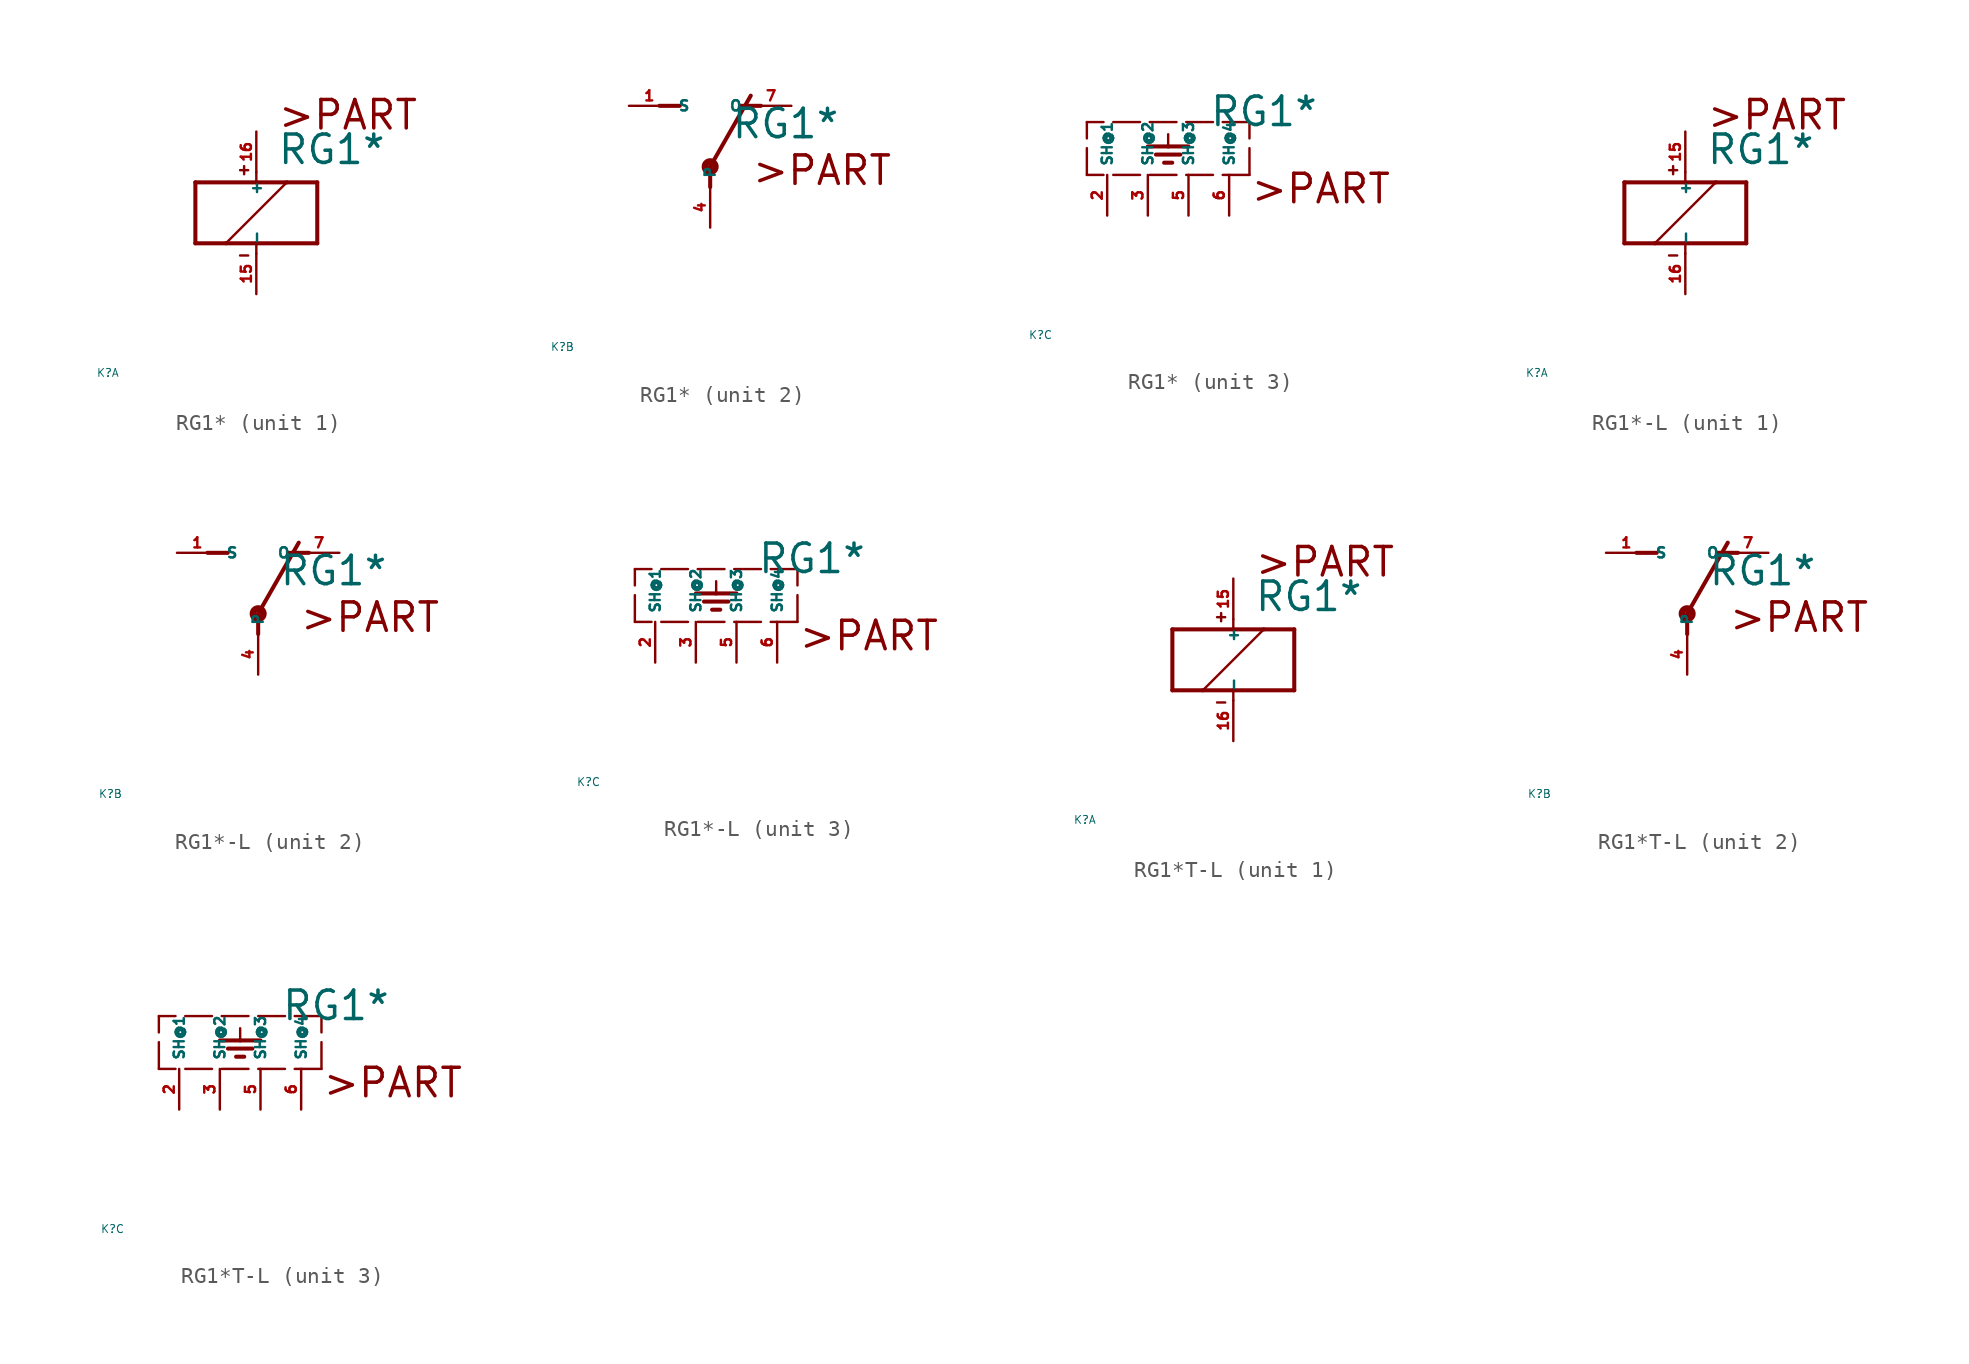
<source format=kicad_sym>
(kicad_symbol_lib
  (version 20220914)
  (generator Eagle2Kicad)
  (symbol "RG1*"
    (property "Reference" "K"
      (at -10 -10 0)
      (effects (font (size 0.5 0.5) (thickness 0.06)) (justify left)))
    (property "Value" "RG1*"
      (at 1.27 2.921 0)
      (effects (font (size 1.778 1.778) (thickness 0.22)) (justify left bottom)))
    (symbol "RG1*_1_0"
      (polyline (pts (xy -3.81 -1.905) (xy -1.905 -1.905)) (stroke (width 0.254) (type default)) (fill (type none)))
      (polyline (pts (xy 3.81 -1.905) (xy 3.81 1.905)) (stroke (width 0.254) (type default)) (fill (type none)))
      (polyline (pts (xy 3.81 1.905) (xy 1.905 1.905)) (stroke (width 0.254) (type default)) (fill (type none)))
      (polyline (pts (xy -3.81 1.905) (xy -3.81 -1.905)) (stroke (width 0.254) (type default)) (fill (type none)))
      (polyline (pts (xy 0 -2.54) (xy 0 -1.905)) (stroke (width 0.152) (type default)) (fill (type none)))
      (polyline (pts (xy 0 -1.905) (xy 3.81 -1.905)) (stroke (width 0.254) (type default)) (fill (type none)))
      (polyline (pts (xy 0 2.54) (xy 0 1.905)) (stroke (width 0.152) (type default)) (fill (type none)))
      (polyline (pts (xy 0 1.905) (xy -3.81 1.905)) (stroke (width 0.254) (type default)) (fill (type none)))
      (polyline (pts (xy -1.905 -1.905) (xy 1.905 1.905)) (stroke (width 0.152) (type default)) (fill (type none)))
      (polyline (pts (xy -1.905 -1.905) (xy 0 -1.905)) (stroke (width 0.254) (type default)) (fill (type none)))
      (polyline (pts (xy 1.905 1.905) (xy 0 1.905)) (stroke (width 0.254) (type default)) (fill (type none)))
      (polyline (pts (xy -1.016 2.667) (xy -0.508 2.667)) (stroke (width 0.152) (type default)) (fill (type none)))
      (polyline (pts (xy -0.762 2.921) (xy -0.762 2.413)) (stroke (width 0.152) (type default)) (fill (type none)))
      (polyline (pts (xy -1.016 -2.667) (xy -0.508 -2.667)) (stroke (width 0.152) (type default)) (fill (type none)))
      (text ">PART" (at 1.27 5.08 0) (effects (font (size 1.778 1.778) (thickness 0.22)) (justify left bottom)))
      (pin passive line (at 0 -5.08 90) (length 2.54) (name "-" (effects (font (size 0.635 0.635) (thickness 0.08)) (justify left bottom))) (number "15" (effects (font (size 0.635 0.635) (thickness 0.08)) (justify left bottom))))
      (pin passive line (at 0 5.08 270) (length 2.54) (name "+" (effects (font (size 0.635 0.635) (thickness 0.08)) (justify left bottom))) (number "16" (effects (font (size 0.635 0.635) (thickness 0.08)) (justify left bottom)))))
    (symbol "RG1*_2_0"
      (polyline (pts (xy 3.175 5.08) (xy 1.905 5.08)) (stroke (width 0.254) (type default)) (fill (type none)))
      (polyline (pts (xy -3.175 5.08) (xy -1.905 5.08)) (stroke (width 0.254) (type default)) (fill (type none)))
      (polyline (pts (xy 0 1.27) (xy 2.54 5.715)) (stroke (width 0.254) (type default)) (fill (type none)))
      (polyline (pts (xy 0 1.27) (xy 0 0)) (stroke (width 0.254) (type default)) (fill (type none)))
      (text ">PART" (at 2.54 0 0) (effects (font (size 1.778 1.778) (thickness 0.22)) (justify left bottom)))
      (circle (center 0 1.27) (radius 0.127) (stroke (width 0.406) (type default)) (fill (type none)))
      (pin passive line (at 5.08 5.08 180) (length 2.54) (name "O" (effects (font (size 0.635 0.635) (thickness 0.08)) (justify left bottom))) (number "7" (effects (font (size 0.635 0.635) (thickness 0.08)) (justify left bottom))))
      (pin passive line (at -5.08 5.08 0) (length 2.54) (name "S" (effects (font (size 0.635 0.635) (thickness 0.08)) (justify left bottom))) (number "1" (effects (font (size 0.635 0.635) (thickness 0.08)) (justify left bottom))))
      (pin passive line (at 0 -2.54 90) (length 2.54) (name "P" (effects (font (size 0.635 0.635) (thickness 0.08)) (justify left bottom))) (number "4" (effects (font (size 0.635 0.635) (thickness 0.08)) (justify left bottom)))))
    (symbol "RG1*_3_0"
      (polyline (pts (xy 3.81 0) (xy -6.35 0)) (stroke (width 0.152) (type dash)) (fill (type none)))
      (polyline (pts (xy -1.27 2.54) (xy -1.27 1.778)) (stroke (width 0.152) (type default)) (fill (type none)))
      (polyline (pts (xy -2.54 1.778) (xy -1.27 1.778)) (stroke (width 0.254) (type default)) (fill (type none)))
      (polyline (pts (xy -1.27 1.778) (xy 0 1.778)) (stroke (width 0.254) (type default)) (fill (type none)))
      (polyline (pts (xy -2.032 1.27) (xy -0.508 1.27)) (stroke (width 0.254) (type default)) (fill (type none)))
      (polyline (pts (xy -1.524 0.762) (xy -1.016 0.762)) (stroke (width 0.254) (type default)) (fill (type none)))
      (polyline (pts (xy 3.81 0) (xy 3.81 3.302)) (stroke (width 0.152) (type dash)) (fill (type none)))
      (polyline (pts (xy 3.81 3.302) (xy -6.35 3.302)) (stroke (width 0.152) (type dash)) (fill (type none)))
      (polyline (pts (xy -6.35 0) (xy -6.35 3.302)) (stroke (width 0.152) (type dash)) (fill (type none)))
      (text ">PART" (at 3.81 -1.905 0) (effects (font (size 1.778 1.778) (thickness 0.22)) (justify left bottom)))
      (pin passive line (at 0 -2.54 90) (length 2.54) (name "SH@3" (effects (font (size 0.635 0.635) (thickness 0.08)) (justify left bottom))) (number "5" (effects (font (size 0.635 0.635) (thickness 0.08)) (justify left bottom))))
      (pin passive line (at -5.08 -2.54 90) (length 2.54) (name "SH@1" (effects (font (size 0.635 0.635) (thickness 0.08)) (justify left bottom))) (number "2" (effects (font (size 0.635 0.635) (thickness 0.08)) (justify left bottom))))
      (pin passive line (at -2.54 -2.54 90) (length 2.54) (name "SH@2" (effects (font (size 0.635 0.635) (thickness 0.08)) (justify left bottom))) (number "3" (effects (font (size 0.635 0.635) (thickness 0.08)) (justify left bottom))))
      (pin passive line (at 2.54 -2.54 90) (length 2.54) (name "SH@4" (effects (font (size 0.635 0.635) (thickness 0.08)) (justify left bottom))) (number "6" (effects (font (size 0.635 0.635) (thickness 0.08)) (justify left bottom))))))
  (symbol "RG1*-L"
    (property "Reference" "K"
      (at -10 -10 0)
      (effects (font (size 0.5 0.5) (thickness 0.06)) (justify left)))
    (property "Value" "RG1*"
      (at 1.27 2.921 0)
      (effects (font (size 1.778 1.778) (thickness 0.22)) (justify left bottom)))
    (symbol "RG1*-L_1_0"
      (polyline (pts (xy -3.81 -1.905) (xy -1.905 -1.905)) (stroke (width 0.254) (type default)) (fill (type none)))
      (polyline (pts (xy 3.81 -1.905) (xy 3.81 1.905)) (stroke (width 0.254) (type default)) (fill (type none)))
      (polyline (pts (xy 3.81 1.905) (xy 1.905 1.905)) (stroke (width 0.254) (type default)) (fill (type none)))
      (polyline (pts (xy -3.81 1.905) (xy -3.81 -1.905)) (stroke (width 0.254) (type default)) (fill (type none)))
      (polyline (pts (xy 0 -2.54) (xy 0 -1.905)) (stroke (width 0.152) (type default)) (fill (type none)))
      (polyline (pts (xy 0 -1.905) (xy 3.81 -1.905)) (stroke (width 0.254) (type default)) (fill (type none)))
      (polyline (pts (xy 0 2.54) (xy 0 1.905)) (stroke (width 0.152) (type default)) (fill (type none)))
      (polyline (pts (xy 0 1.905) (xy -3.81 1.905)) (stroke (width 0.254) (type default)) (fill (type none)))
      (polyline (pts (xy -1.905 -1.905) (xy 1.905 1.905)) (stroke (width 0.152) (type default)) (fill (type none)))
      (polyline (pts (xy -1.905 -1.905) (xy 0 -1.905)) (stroke (width 0.254) (type default)) (fill (type none)))
      (polyline (pts (xy 1.905 1.905) (xy 0 1.905)) (stroke (width 0.254) (type default)) (fill (type none)))
      (polyline (pts (xy -1.016 2.667) (xy -0.508 2.667)) (stroke (width 0.152) (type default)) (fill (type none)))
      (polyline (pts (xy -0.762 2.921) (xy -0.762 2.413)) (stroke (width 0.152) (type default)) (fill (type none)))
      (polyline (pts (xy -1.016 -2.667) (xy -0.508 -2.667)) (stroke (width 0.152) (type default)) (fill (type none)))
      (text ">PART" (at 1.27 5.08 0) (effects (font (size 1.778 1.778) (thickness 0.22)) (justify left bottom)))
      (pin passive line (at 0 -5.08 90) (length 2.54) (name "-" (effects (font (size 0.635 0.635) (thickness 0.08)) (justify left bottom))) (number "16" (effects (font (size 0.635 0.635) (thickness 0.08)) (justify left bottom))))
      (pin passive line (at 0 5.08 270) (length 2.54) (name "+" (effects (font (size 0.635 0.635) (thickness 0.08)) (justify left bottom))) (number "15" (effects (font (size 0.635 0.635) (thickness 0.08)) (justify left bottom)))))
    (symbol "RG1*-L_2_0"
      (polyline (pts (xy 3.175 5.08) (xy 1.905 5.08)) (stroke (width 0.254) (type default)) (fill (type none)))
      (polyline (pts (xy -3.175 5.08) (xy -1.905 5.08)) (stroke (width 0.254) (type default)) (fill (type none)))
      (polyline (pts (xy 0 1.27) (xy 2.54 5.715)) (stroke (width 0.254) (type default)) (fill (type none)))
      (polyline (pts (xy 0 1.27) (xy 0 0)) (stroke (width 0.254) (type default)) (fill (type none)))
      (text ">PART" (at 2.54 0 0) (effects (font (size 1.778 1.778) (thickness 0.22)) (justify left bottom)))
      (circle (center 0 1.27) (radius 0.127) (stroke (width 0.406) (type default)) (fill (type none)))
      (pin passive line (at 5.08 5.08 180) (length 2.54) (name "O" (effects (font (size 0.635 0.635) (thickness 0.08)) (justify left bottom))) (number "7" (effects (font (size 0.635 0.635) (thickness 0.08)) (justify left bottom))))
      (pin passive line (at -5.08 5.08 0) (length 2.54) (name "S" (effects (font (size 0.635 0.635) (thickness 0.08)) (justify left bottom))) (number "1" (effects (font (size 0.635 0.635) (thickness 0.08)) (justify left bottom))))
      (pin passive line (at 0 -2.54 90) (length 2.54) (name "P" (effects (font (size 0.635 0.635) (thickness 0.08)) (justify left bottom))) (number "4" (effects (font (size 0.635 0.635) (thickness 0.08)) (justify left bottom)))))
    (symbol "RG1*-L_3_0"
      (polyline (pts (xy 3.81 0) (xy -6.35 0)) (stroke (width 0.152) (type dash)) (fill (type none)))
      (polyline (pts (xy -1.27 2.54) (xy -1.27 1.778)) (stroke (width 0.152) (type default)) (fill (type none)))
      (polyline (pts (xy -2.54 1.778) (xy -1.27 1.778)) (stroke (width 0.254) (type default)) (fill (type none)))
      (polyline (pts (xy -1.27 1.778) (xy 0 1.778)) (stroke (width 0.254) (type default)) (fill (type none)))
      (polyline (pts (xy -2.032 1.27) (xy -0.508 1.27)) (stroke (width 0.254) (type default)) (fill (type none)))
      (polyline (pts (xy -1.524 0.762) (xy -1.016 0.762)) (stroke (width 0.254) (type default)) (fill (type none)))
      (polyline (pts (xy 3.81 0) (xy 3.81 3.302)) (stroke (width 0.152) (type dash)) (fill (type none)))
      (polyline (pts (xy 3.81 3.302) (xy -6.35 3.302)) (stroke (width 0.152) (type dash)) (fill (type none)))
      (polyline (pts (xy -6.35 0) (xy -6.35 3.302)) (stroke (width 0.152) (type dash)) (fill (type none)))
      (text ">PART" (at 3.81 -1.905 0) (effects (font (size 1.778 1.778) (thickness 0.22)) (justify left bottom)))
      (pin passive line (at 0 -2.54 90) (length 2.54) (name "SH@3" (effects (font (size 0.635 0.635) (thickness 0.08)) (justify left bottom))) (number "5" (effects (font (size 0.635 0.635) (thickness 0.08)) (justify left bottom))))
      (pin passive line (at -5.08 -2.54 90) (length 2.54) (name "SH@1" (effects (font (size 0.635 0.635) (thickness 0.08)) (justify left bottom))) (number "2" (effects (font (size 0.635 0.635) (thickness 0.08)) (justify left bottom))))
      (pin passive line (at -2.54 -2.54 90) (length 2.54) (name "SH@2" (effects (font (size 0.635 0.635) (thickness 0.08)) (justify left bottom))) (number "3" (effects (font (size 0.635 0.635) (thickness 0.08)) (justify left bottom))))
      (pin passive line (at 2.54 -2.54 90) (length 2.54) (name "SH@4" (effects (font (size 0.635 0.635) (thickness 0.08)) (justify left bottom))) (number "6" (effects (font (size 0.635 0.635) (thickness 0.08)) (justify left bottom))))))
  (symbol "RG1*T-L"
    (property "Reference" "K"
      (at -10 -10 0)
      (effects (font (size 0.5 0.5) (thickness 0.06)) (justify left)))
    (property "Value" "RG1*"
      (at 1.27 2.921 0)
      (effects (font (size 1.778 1.778) (thickness 0.22)) (justify left bottom)))
    (symbol "RG1*T-L_1_0"
      (polyline (pts (xy -3.81 -1.905) (xy -1.905 -1.905)) (stroke (width 0.254) (type default)) (fill (type none)))
      (polyline (pts (xy 3.81 -1.905) (xy 3.81 1.905)) (stroke (width 0.254) (type default)) (fill (type none)))
      (polyline (pts (xy 3.81 1.905) (xy 1.905 1.905)) (stroke (width 0.254) (type default)) (fill (type none)))
      (polyline (pts (xy -3.81 1.905) (xy -3.81 -1.905)) (stroke (width 0.254) (type default)) (fill (type none)))
      (polyline (pts (xy 0 -2.54) (xy 0 -1.905)) (stroke (width 0.152) (type default)) (fill (type none)))
      (polyline (pts (xy 0 -1.905) (xy 3.81 -1.905)) (stroke (width 0.254) (type default)) (fill (type none)))
      (polyline (pts (xy 0 2.54) (xy 0 1.905)) (stroke (width 0.152) (type default)) (fill (type none)))
      (polyline (pts (xy 0 1.905) (xy -3.81 1.905)) (stroke (width 0.254) (type default)) (fill (type none)))
      (polyline (pts (xy -1.905 -1.905) (xy 1.905 1.905)) (stroke (width 0.152) (type default)) (fill (type none)))
      (polyline (pts (xy -1.905 -1.905) (xy 0 -1.905)) (stroke (width 0.254) (type default)) (fill (type none)))
      (polyline (pts (xy 1.905 1.905) (xy 0 1.905)) (stroke (width 0.254) (type default)) (fill (type none)))
      (polyline (pts (xy -1.016 2.667) (xy -0.508 2.667)) (stroke (width 0.152) (type default)) (fill (type none)))
      (polyline (pts (xy -0.762 2.921) (xy -0.762 2.413)) (stroke (width 0.152) (type default)) (fill (type none)))
      (polyline (pts (xy -1.016 -2.667) (xy -0.508 -2.667)) (stroke (width 0.152) (type default)) (fill (type none)))
      (text ">PART" (at 1.27 5.08 0) (effects (font (size 1.778 1.778) (thickness 0.22)) (justify left bottom)))
      (pin passive line (at 0 -5.08 90) (length 2.54) (name "-" (effects (font (size 0.635 0.635) (thickness 0.08)) (justify left bottom))) (number "16" (effects (font (size 0.635 0.635) (thickness 0.08)) (justify left bottom))))
      (pin passive line (at 0 5.08 270) (length 2.54) (name "+" (effects (font (size 0.635 0.635) (thickness 0.08)) (justify left bottom))) (number "15" (effects (font (size 0.635 0.635) (thickness 0.08)) (justify left bottom)))))
    (symbol "RG1*T-L_2_0"
      (polyline (pts (xy 3.175 5.08) (xy 1.905 5.08)) (stroke (width 0.254) (type default)) (fill (type none)))
      (polyline (pts (xy -3.175 5.08) (xy -1.905 5.08)) (stroke (width 0.254) (type default)) (fill (type none)))
      (polyline (pts (xy 0 1.27) (xy 2.54 5.715)) (stroke (width 0.254) (type default)) (fill (type none)))
      (polyline (pts (xy 0 1.27) (xy 0 0)) (stroke (width 0.254) (type default)) (fill (type none)))
      (text ">PART" (at 2.54 0 0) (effects (font (size 1.778 1.778) (thickness 0.22)) (justify left bottom)))
      (circle (center 0 1.27) (radius 0.127) (stroke (width 0.406) (type default)) (fill (type none)))
      (pin passive line (at 5.08 5.08 180) (length 2.54) (name "O" (effects (font (size 0.635 0.635) (thickness 0.08)) (justify left bottom))) (number "7" (effects (font (size 0.635 0.635) (thickness 0.08)) (justify left bottom))))
      (pin passive line (at -5.08 5.08 0) (length 2.54) (name "S" (effects (font (size 0.635 0.635) (thickness 0.08)) (justify left bottom))) (number "1" (effects (font (size 0.635 0.635) (thickness 0.08)) (justify left bottom))))
      (pin passive line (at 0 -2.54 90) (length 2.54) (name "P" (effects (font (size 0.635 0.635) (thickness 0.08)) (justify left bottom))) (number "4" (effects (font (size 0.635 0.635) (thickness 0.08)) (justify left bottom)))))
    (symbol "RG1*T-L_3_0"
      (polyline (pts (xy 3.81 0) (xy -6.35 0)) (stroke (width 0.152) (type dash)) (fill (type none)))
      (polyline (pts (xy -1.27 2.54) (xy -1.27 1.778)) (stroke (width 0.152) (type default)) (fill (type none)))
      (polyline (pts (xy -2.54 1.778) (xy -1.27 1.778)) (stroke (width 0.254) (type default)) (fill (type none)))
      (polyline (pts (xy -1.27 1.778) (xy 0 1.778)) (stroke (width 0.254) (type default)) (fill (type none)))
      (polyline (pts (xy -2.032 1.27) (xy -0.508 1.27)) (stroke (width 0.254) (type default)) (fill (type none)))
      (polyline (pts (xy -1.524 0.762) (xy -1.016 0.762)) (stroke (width 0.254) (type default)) (fill (type none)))
      (polyline (pts (xy 3.81 0) (xy 3.81 3.302)) (stroke (width 0.152) (type dash)) (fill (type none)))
      (polyline (pts (xy 3.81 3.302) (xy -6.35 3.302)) (stroke (width 0.152) (type dash)) (fill (type none)))
      (polyline (pts (xy -6.35 0) (xy -6.35 3.302)) (stroke (width 0.152) (type dash)) (fill (type none)))
      (text ">PART" (at 3.81 -1.905 0) (effects (font (size 1.778 1.778) (thickness 0.22)) (justify left bottom)))
      (pin passive line (at 0 -2.54 90) (length 2.54) (name "SH@3" (effects (font (size 0.635 0.635) (thickness 0.08)) (justify left bottom))) (number "5" (effects (font (size 0.635 0.635) (thickness 0.08)) (justify left bottom))))
      (pin passive line (at -5.08 -2.54 90) (length 2.54) (name "SH@1" (effects (font (size 0.635 0.635) (thickness 0.08)) (justify left bottom))) (number "2" (effects (font (size 0.635 0.635) (thickness 0.08)) (justify left bottom))))
      (pin passive line (at -2.54 -2.54 90) (length 2.54) (name "SH@2" (effects (font (size 0.635 0.635) (thickness 0.08)) (justify left bottom))) (number "3" (effects (font (size 0.635 0.635) (thickness 0.08)) (justify left bottom))))
      (pin passive line (at 2.54 -2.54 90) (length 2.54) (name "SH@4" (effects (font (size 0.635 0.635) (thickness 0.08)) (justify left bottom))) (number "6" (effects (font (size 0.635 0.635) (thickness 0.08)) (justify left bottom)))))))
</source>
